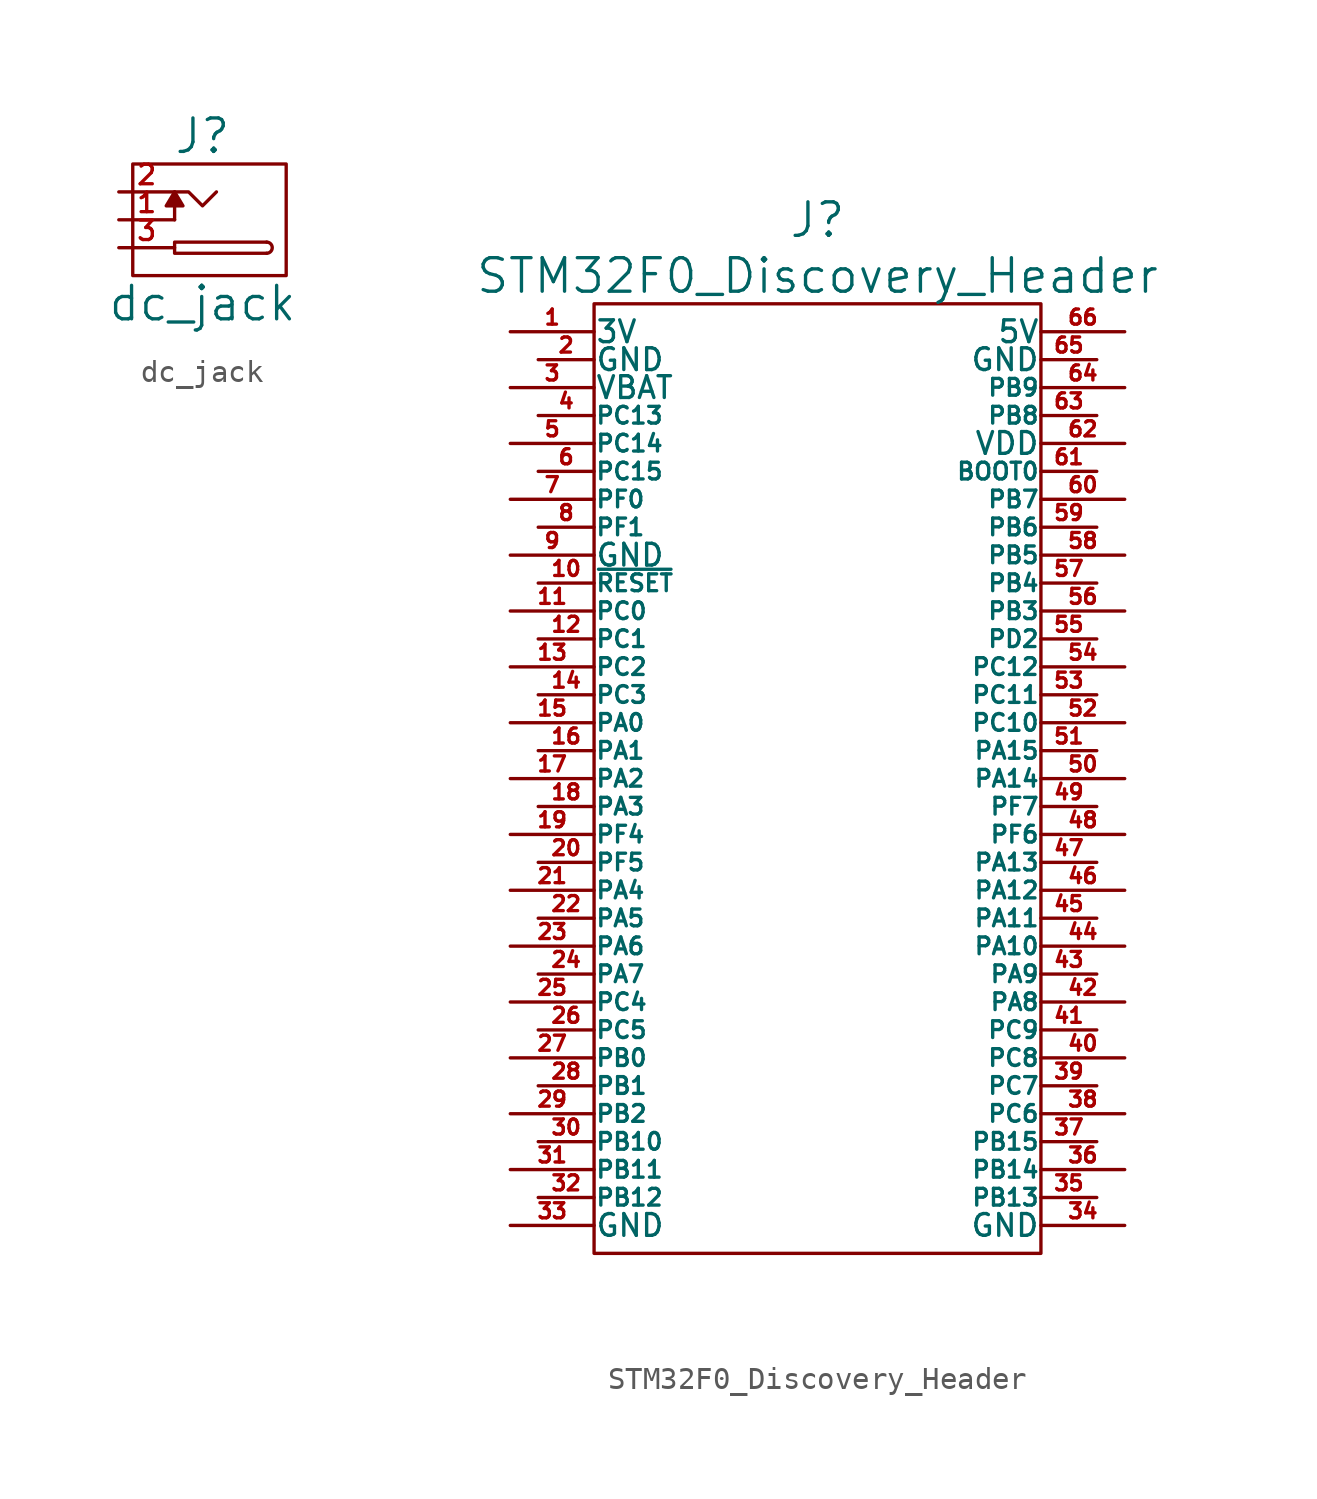
<source format=kicad_sym>
(kicad_symbol_lib
  (version 20211014)
  (generator kicad_symbol_editor)
  (symbol "dc_jack"
    (pin_names
      (offset 0) hide)
    (property "Reference" "J"
      (at 0 3.81 0)
      (effects (font (size 1.524 1.524))))
    (property "Value" "dc_jack"
      (at 0 -3.81 0)
      (effects (font (size 1.524 1.524))))
    (property "Footprint" ""
      (at 0 0 0)
      (effects (font (size 1.524 1.524))))
    (property "Datasheet" ""
      (at 0 0 0)
      (effects (font (size 1.524 1.524))))
    (symbol "dc_jack_0_1"
      (rectangle (start -3.175 2.54) (end 3.81 -2.54) (stroke (width 0) (type default) (color 0 0 0 0)) (fill (type none)))
      (polyline (pts (xy -1.27 0) (xy -1.27 0.635)) (stroke (width 0) (type default) (color 0 0 0 0)) (fill (type none)))
      (polyline (pts (xy -1.27 1.27) (xy -1.651 0.635) (xy -0.889 0.635) (xy -1.27 1.27)) (stroke (width 0) (type default) (color 0 0 0 0)) (fill (type outline)))
      (polyline (pts (xy -1.27 1.27) (xy -0.635 1.27) (xy 0 0.635) (xy 0.635 1.27)) (stroke (width 0) (type default) (color 0 0 0 0)) (fill (type none)))
      (polyline (pts (xy 2.921 -1.016) (xy -1.27 -1.016) (xy -1.27 -1.524) (xy 2.921 -1.524)) (stroke (width 0) (type default) (color 0 0 0 0)) (fill (type none)))
      (arc (start 2.921 -1.524) (mid 3.175 -1.27) (end 2.921 -1.016) (stroke (width 0) (type default) (color 0 0 0 0)) (fill (type none))))
    (symbol "dc_jack_1_1"
      (pin passive line (at -3.81 0 0) (length 2.54) (name "1" (effects (font (size 0.686 0.686)))) (number "1" (effects (font (size 0.889 0.889)))))
      (pin passive line (at -3.81 1.27 0) (length 2.54) (name "2" (effects (font (size 0.686 0.686)))) (number "2" (effects (font (size 0.889 0.889)))))
      (pin passive line (at -3.81 -1.27 0) (length 2.54) (name "3" (effects (font (size 0.686 0.686)))) (number "3" (effects (font (size 0.889 0.889)))))))
  (symbol "STM32F0_Discovery_Header"
    (pin_names
      (offset 0.025))
    (property "Reference" "J"
      (at 0 25.4 0)
      (effects (font (size 1.524 1.524))))
    (property "Value" "STM32F0_Discovery_Header"
      (at 0 22.86 0)
      (effects (font (size 1.524 1.524))))
    (property "Footprint" ""
      (at 0 -2.54 0)
      (effects (font (size 1.524 1.524))))
    (property "Datasheet" ""
      (at 0 -2.54 0)
      (effects (font (size 1.524 1.524))))
    (symbol "STM32F0_Discovery_Header_0_1"
      (rectangle (start -10.16 21.59) (end 10.16 -21.59) (stroke (width 0) (type default) (color 0 0 0 0)) (fill (type none))))
    (symbol "STM32F0_Discovery_Header_1_1"
      (pin passive line (at -13.97 20.32 0) (length 3.81) (name "3V" (effects (font (size 0.991 0.991)))) (number "1" (effects (font (size 0.686 0.686)))))
      (pin passive line (at -12.7 8.89 0) (length 2.54) (name "~{RESET}" (effects (font (size 0.762 0.762)))) (number "10" (effects (font (size 0.686 0.686)))))
      (pin passive line (at -13.97 7.62 0) (length 3.81) (name "PC0" (effects (font (size 0.762 0.762)))) (number "11" (effects (font (size 0.686 0.686)))))
      (pin passive line (at -12.7 6.35 0) (length 2.54) (name "PC1" (effects (font (size 0.762 0.762)))) (number "12" (effects (font (size 0.686 0.686)))))
      (pin passive line (at -13.97 5.08 0) (length 3.81) (name "PC2" (effects (font (size 0.762 0.762)))) (number "13" (effects (font (size 0.686 0.686)))))
      (pin passive line (at -12.7 3.81 0) (length 2.54) (name "PC3" (effects (font (size 0.762 0.762)))) (number "14" (effects (font (size 0.686 0.686)))))
      (pin passive line (at -13.97 2.54 0) (length 3.81) (name "PA0" (effects (font (size 0.762 0.762)))) (number "15" (effects (font (size 0.686 0.686)))))
      (pin passive line (at -12.7 1.27 0) (length 2.54) (name "PA1" (effects (font (size 0.762 0.762)))) (number "16" (effects (font (size 0.686 0.686)))))
      (pin passive line (at -13.97 0 0) (length 3.81) (name "PA2" (effects (font (size 0.762 0.762)))) (number "17" (effects (font (size 0.686 0.686)))))
      (pin passive line (at -12.7 -1.27 0) (length 2.54) (name "PA3" (effects (font (size 0.762 0.762)))) (number "18" (effects (font (size 0.686 0.686)))))
      (pin passive line (at -13.97 -2.54 0) (length 3.81) (name "PF4" (effects (font (size 0.762 0.762)))) (number "19" (effects (font (size 0.686 0.686)))))
      (pin passive line (at -12.7 19.05 0) (length 2.54) (name "GND" (effects (font (size 0.991 0.991)))) (number "2" (effects (font (size 0.686 0.686)))))
      (pin passive line (at -12.7 -3.81 0) (length 2.54) (name "PF5" (effects (font (size 0.762 0.762)))) (number "20" (effects (font (size 0.686 0.686)))))
      (pin passive line (at -13.97 -5.08 0) (length 3.81) (name "PA4" (effects (font (size 0.762 0.762)))) (number "21" (effects (font (size 0.686 0.686)))))
      (pin passive line (at -12.7 -6.35 0) (length 2.54) (name "PA5" (effects (font (size 0.762 0.762)))) (number "22" (effects (font (size 0.686 0.686)))))
      (pin passive line (at -13.97 -7.62 0) (length 3.81) (name "PA6" (effects (font (size 0.762 0.762)))) (number "23" (effects (font (size 0.686 0.686)))))
      (pin passive line (at -12.7 -8.89 0) (length 2.54) (name "PA7" (effects (font (size 0.762 0.762)))) (number "24" (effects (font (size 0.686 0.686)))))
      (pin passive line (at -13.97 -10.16 0) (length 3.81) (name "PC4" (effects (font (size 0.762 0.762)))) (number "25" (effects (font (size 0.686 0.686)))))
      (pin passive line (at -12.7 -11.43 0) (length 2.54) (name "PC5" (effects (font (size 0.762 0.762)))) (number "26" (effects (font (size 0.686 0.686)))))
      (pin passive line (at -13.97 -12.7 0) (length 3.81) (name "PB0" (effects (font (size 0.762 0.762)))) (number "27" (effects (font (size 0.686 0.686)))))
      (pin passive line (at -12.7 -13.97 0) (length 2.54) (name "PB1" (effects (font (size 0.762 0.762)))) (number "28" (effects (font (size 0.686 0.686)))))
      (pin passive line (at -13.97 -15.24 0) (length 3.81) (name "PB2" (effects (font (size 0.762 0.762)))) (number "29" (effects (font (size 0.686 0.686)))))
      (pin passive line (at -13.97 17.78 0) (length 3.81) (name "VBAT" (effects (font (size 0.991 0.991)))) (number "3" (effects (font (size 0.686 0.686)))))
      (pin passive line (at -12.7 -16.51 0) (length 2.54) (name "PB10" (effects (font (size 0.762 0.762)))) (number "30" (effects (font (size 0.686 0.686)))))
      (pin passive line (at -13.97 -17.78 0) (length 3.81) (name "PB11" (effects (font (size 0.762 0.762)))) (number "31" (effects (font (size 0.686 0.686)))))
      (pin passive line (at -12.7 -19.05 0) (length 2.54) (name "PB12" (effects (font (size 0.762 0.762)))) (number "32" (effects (font (size 0.686 0.686)))))
      (pin passive line (at -13.97 -20.32 0) (length 3.81) (name "GND" (effects (font (size 0.991 0.991)))) (number "33" (effects (font (size 0.686 0.686)))))
      (pin passive line (at 13.97 -20.32 180) (length 3.81) (name "GND" (effects (font (size 0.991 0.991)))) (number "34" (effects (font (size 0.686 0.686)))))
      (pin passive line (at 12.7 -19.05 180) (length 2.54) (name "PB13" (effects (font (size 0.762 0.762)))) (number "35" (effects (font (size 0.686 0.686)))))
      (pin passive line (at 13.97 -17.78 180) (length 3.81) (name "PB14" (effects (font (size 0.762 0.762)))) (number "36" (effects (font (size 0.686 0.686)))))
      (pin passive line (at 12.7 -16.51 180) (length 2.54) (name "PB15" (effects (font (size 0.762 0.762)))) (number "37" (effects (font (size 0.686 0.686)))))
      (pin passive line (at 13.97 -15.24 180) (length 3.81) (name "PC6" (effects (font (size 0.762 0.762)))) (number "38" (effects (font (size 0.686 0.686)))))
      (pin passive line (at 12.7 -13.97 180) (length 2.54) (name "PC7" (effects (font (size 0.762 0.762)))) (number "39" (effects (font (size 0.686 0.686)))))
      (pin passive line (at -12.7 16.51 0) (length 2.54) (name "PC13" (effects (font (size 0.762 0.762)))) (number "4" (effects (font (size 0.686 0.686)))))
      (pin passive line (at 13.97 -12.7 180) (length 3.81) (name "PC8" (effects (font (size 0.762 0.762)))) (number "40" (effects (font (size 0.686 0.686)))))
      (pin passive line (at 12.7 -11.43 180) (length 2.54) (name "PC9" (effects (font (size 0.762 0.762)))) (number "41" (effects (font (size 0.686 0.686)))))
      (pin passive line (at 13.97 -10.16 180) (length 3.81) (name "PA8" (effects (font (size 0.762 0.762)))) (number "42" (effects (font (size 0.686 0.686)))))
      (pin passive line (at 12.7 -8.89 180) (length 2.54) (name "PA9" (effects (font (size 0.762 0.762)))) (number "43" (effects (font (size 0.686 0.686)))))
      (pin passive line (at 13.97 -7.62 180) (length 3.81) (name "PA10" (effects (font (size 0.762 0.762)))) (number "44" (effects (font (size 0.686 0.686)))))
      (pin passive line (at 12.7 -6.35 180) (length 2.54) (name "PA11" (effects (font (size 0.762 0.762)))) (number "45" (effects (font (size 0.686 0.686)))))
      (pin passive line (at 13.97 -5.08 180) (length 3.81) (name "PA12" (effects (font (size 0.762 0.762)))) (number "46" (effects (font (size 0.686 0.686)))))
      (pin passive line (at 12.7 -3.81 180) (length 2.54) (name "PA13" (effects (font (size 0.762 0.762)))) (number "47" (effects (font (size 0.686 0.686)))))
      (pin passive line (at 13.97 -2.54 180) (length 3.81) (name "PF6" (effects (font (size 0.762 0.762)))) (number "48" (effects (font (size 0.686 0.686)))))
      (pin passive line (at 12.7 -1.27 180) (length 2.54) (name "PF7" (effects (font (size 0.762 0.762)))) (number "49" (effects (font (size 0.686 0.686)))))
      (pin passive line (at -13.97 15.24 0) (length 3.81) (name "PC14" (effects (font (size 0.762 0.762)))) (number "5" (effects (font (size 0.686 0.686)))))
      (pin passive line (at 13.97 0 180) (length 3.81) (name "PA14" (effects (font (size 0.762 0.762)))) (number "50" (effects (font (size 0.686 0.686)))))
      (pin passive line (at 12.7 1.27 180) (length 2.54) (name "PA15" (effects (font (size 0.762 0.762)))) (number "51" (effects (font (size 0.686 0.686)))))
      (pin passive line (at 13.97 2.54 180) (length 3.81) (name "PC10" (effects (font (size 0.762 0.762)))) (number "52" (effects (font (size 0.686 0.686)))))
      (pin passive line (at 12.7 3.81 180) (length 2.54) (name "PC11" (effects (font (size 0.762 0.762)))) (number "53" (effects (font (size 0.686 0.686)))))
      (pin passive line (at 13.97 5.08 180) (length 3.81) (name "PC12" (effects (font (size 0.762 0.762)))) (number "54" (effects (font (size 0.686 0.686)))))
      (pin passive line (at 12.7 6.35 180) (length 2.54) (name "PD2" (effects (font (size 0.762 0.762)))) (number "55" (effects (font (size 0.686 0.686)))))
      (pin passive line (at 13.97 7.62 180) (length 3.81) (name "PB3" (effects (font (size 0.762 0.762)))) (number "56" (effects (font (size 0.686 0.686)))))
      (pin passive line (at 12.7 8.89 180) (length 2.54) (name "PB4" (effects (font (size 0.762 0.762)))) (number "57" (effects (font (size 0.686 0.686)))))
      (pin passive line (at 13.97 10.16 180) (length 3.81) (name "PB5" (effects (font (size 0.762 0.762)))) (number "58" (effects (font (size 0.686 0.686)))))
      (pin passive line (at 12.7 11.43 180) (length 2.54) (name "PB6" (effects (font (size 0.762 0.762)))) (number "59" (effects (font (size 0.686 0.686)))))
      (pin passive line (at -12.7 13.97 0) (length 2.54) (name "PC15" (effects (font (size 0.762 0.762)))) (number "6" (effects (font (size 0.686 0.686)))))
      (pin passive line (at 13.97 12.7 180) (length 3.81) (name "PB7" (effects (font (size 0.762 0.762)))) (number "60" (effects (font (size 0.686 0.686)))))
      (pin passive line (at 12.7 13.97 180) (length 2.54) (name "BOOT0" (effects (font (size 0.762 0.762)))) (number "61" (effects (font (size 0.686 0.686)))))
      (pin passive line (at 13.97 15.24 180) (length 3.81) (name "VDD" (effects (font (size 0.991 0.991)))) (number "62" (effects (font (size 0.686 0.686)))))
      (pin passive line (at 12.7 16.51 180) (length 2.54) (name "PB8" (effects (font (size 0.762 0.762)))) (number "63" (effects (font (size 0.686 0.686)))))
      (pin passive line (at 13.97 17.78 180) (length 3.81) (name "PB9" (effects (font (size 0.762 0.762)))) (number "64" (effects (font (size 0.686 0.686)))))
      (pin passive line (at 12.7 19.05 180) (length 2.54) (name "GND" (effects (font (size 0.991 0.991)))) (number "65" (effects (font (size 0.686 0.686)))))
      (pin passive line (at 13.97 20.32 180) (length 3.81) (name "5V" (effects (font (size 0.991 0.991)))) (number "66" (effects (font (size 0.686 0.686)))))
      (pin passive line (at -13.97 12.7 0) (length 3.81) (name "PF0" (effects (font (size 0.762 0.762)))) (number "7" (effects (font (size 0.686 0.686)))))
      (pin passive line (at -12.7 11.43 0) (length 2.54) (name "PF1" (effects (font (size 0.762 0.762)))) (number "8" (effects (font (size 0.686 0.686)))))
      (pin passive line (at -13.97 10.16 0) (length 3.81) (name "GND" (effects (font (size 0.991 0.991)))) (number "9" (effects (font (size 0.686 0.686))))))))
</source>
